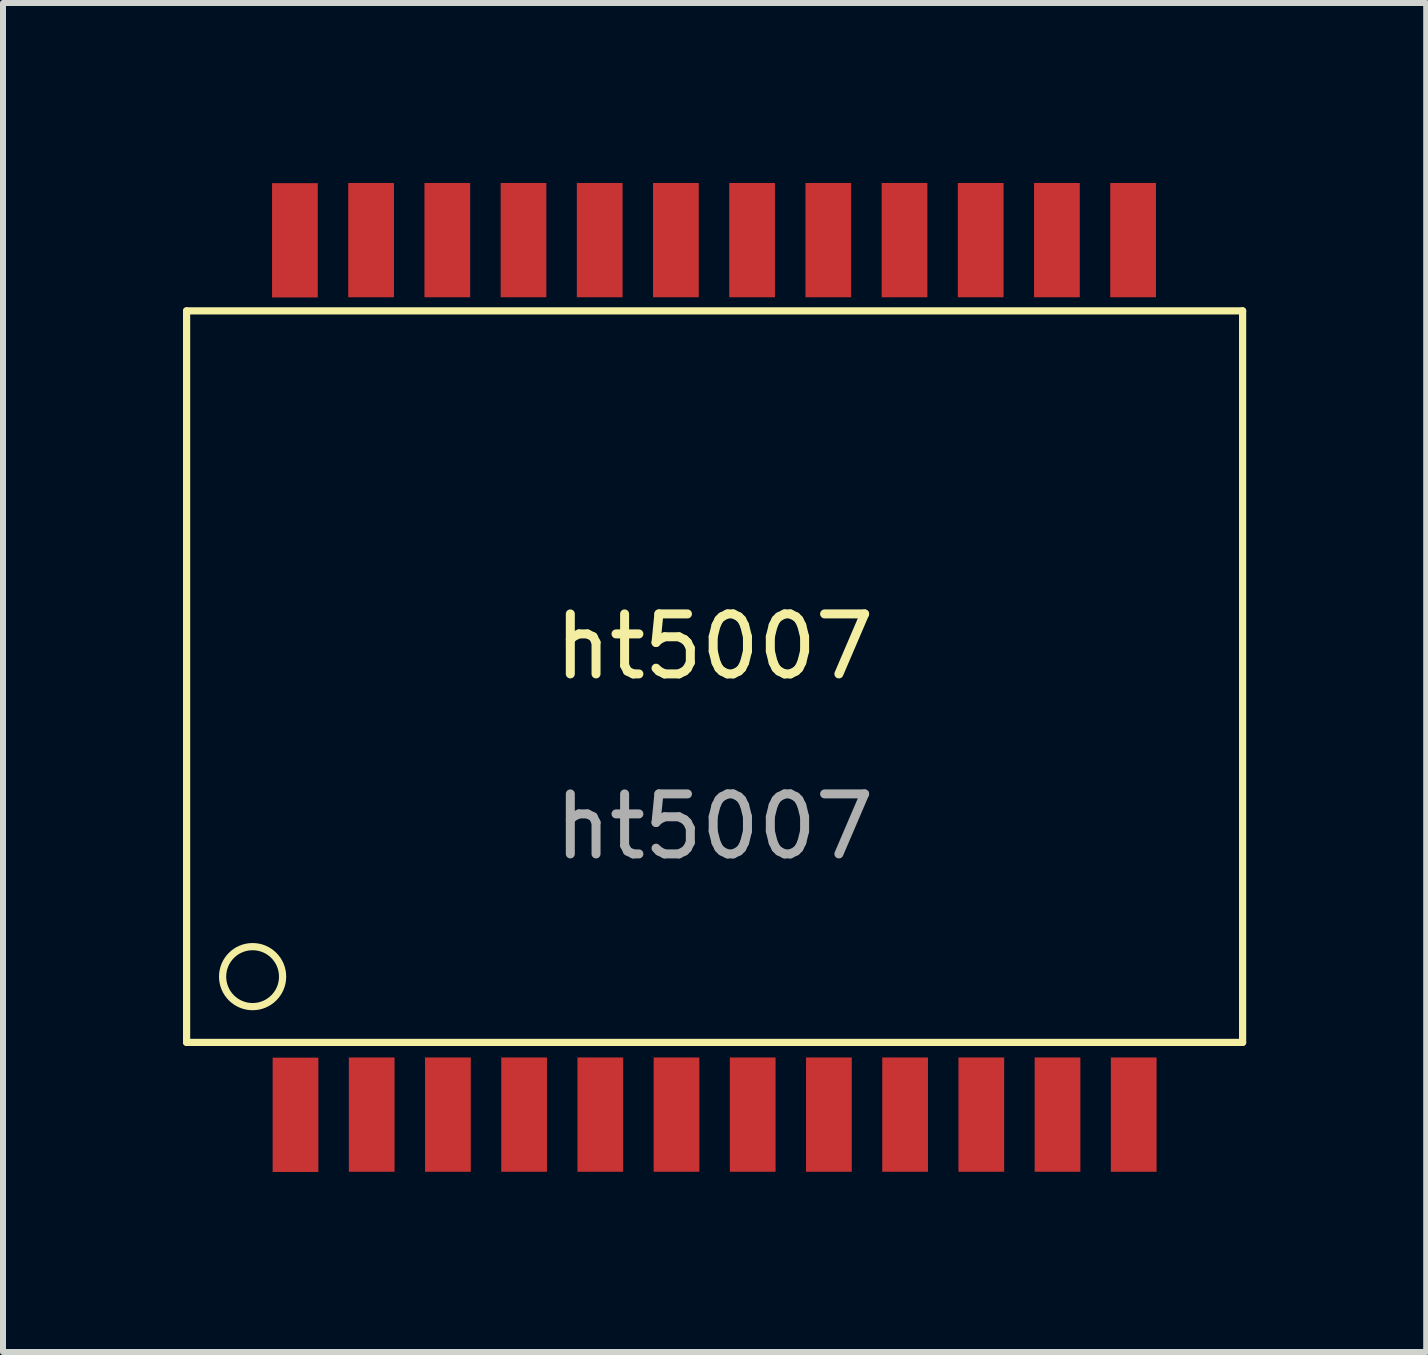
<source format=kicad_pcb>
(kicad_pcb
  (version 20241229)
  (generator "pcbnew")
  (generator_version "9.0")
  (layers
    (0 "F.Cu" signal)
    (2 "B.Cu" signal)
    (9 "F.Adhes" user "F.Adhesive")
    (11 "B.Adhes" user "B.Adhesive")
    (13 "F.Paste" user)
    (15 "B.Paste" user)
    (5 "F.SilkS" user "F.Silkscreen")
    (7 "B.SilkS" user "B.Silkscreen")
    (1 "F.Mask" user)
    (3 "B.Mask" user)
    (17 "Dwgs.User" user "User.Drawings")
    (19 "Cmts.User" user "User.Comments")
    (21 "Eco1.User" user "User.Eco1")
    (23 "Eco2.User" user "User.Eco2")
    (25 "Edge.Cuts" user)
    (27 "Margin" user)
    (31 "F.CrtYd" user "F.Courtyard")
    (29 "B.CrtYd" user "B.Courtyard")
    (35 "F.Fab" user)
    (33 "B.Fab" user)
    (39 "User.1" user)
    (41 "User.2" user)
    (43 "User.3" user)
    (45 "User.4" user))
  (footprint "ht5007"
    (layer "F.Cu")
    (at 8.86 8.227)
    (property "Reference" "ht5007" (at 0 -0.5 0) (unlocked yes) (layer "F.SilkS") (effects (font (size 1 1) (thickness 0.15))))
    (fp_line (start -8.8 -6.096) (end -8.8 6.096) (stroke (width 0.12) (type solid)) (layer "F.SilkS"))
    (fp_line (start -8.8 -6.096) (end 8.8 -6.096) (stroke (width 0.12) (type solid)) (layer "F.SilkS"))
    (fp_line (start -8.8 6.096) (end 8.8 6.096) (stroke (width 0.12) (type solid)) (layer "F.SilkS"))
    (fp_line (start 8.8 -6.096) (end 8.8 6.096) (stroke (width 0.12) (type solid)) (layer "F.SilkS"))
    (fp_circle (center -7.7 5) (end -7.3 5.3) (stroke (width 0.12) (type solid)) (fill no) (layer "F.SilkS"))
    (fp_text user "${REFERENCE}" (at 0 2.5 0) (unlocked yes) (layer "F.Fab") (effects (font (size 1 1) (thickness 0.15))))
    (pad "1" smd rect (at -6.985 7.303) (size 0.762 1.905) (layers "F.Cu" "F.Mask" "F.Paste"))
    (pad "2" smd rect (at -5.715 7.3) (size 0.762 1.905) (layers "F.Cu" "F.Mask" "F.Paste"))
    (pad "3" smd rect (at -4.445 7.3) (size 0.762 1.905) (layers "F.Cu" "F.Mask" "F.Paste"))
    (pad "4" smd rect (at -3.175 7.3) (size 0.762 1.905) (layers "F.Cu" "F.Mask" "F.Paste"))
    (pad "5" smd rect (at -1.905 7.3) (size 0.762 1.905) (layers "F.Cu" "F.Mask" "F.Paste"))
    (pad "6" smd rect (at -0.635 7.3) (size 0.762 1.905) (layers "F.Cu" "F.Mask" "F.Paste"))
    (pad "7" smd rect (at 0.635 7.3) (size 0.762 1.905) (layers "F.Cu" "F.Mask" "F.Paste"))
    (pad "8" smd rect (at 1.905 7.3) (size 0.762 1.905) (layers "F.Cu" "F.Mask" "F.Paste"))
    (pad "9" smd rect (at 3.175 7.3) (size 0.762 1.905) (layers "F.Cu" "F.Mask" "F.Paste"))
    (pad "10" smd rect (at 4.445 7.3) (size 0.762 1.905) (layers "F.Cu" "F.Mask" "F.Paste"))
    (pad "11" smd rect (at 5.715 7.3) (size 0.762 1.905) (layers "F.Cu" "F.Mask" "F.Paste"))
    (pad "12" smd rect (at 6.985 7.3) (size 0.762 1.905) (layers "F.Cu" "F.Mask" "F.Paste"))
    (pad "13" smd rect (at 6.975 -7.275) (size 0.762 1.905) (layers "F.Cu" "F.Mask" "F.Paste"))
    (pad "14" smd rect (at 5.705 -7.275) (size 0.762 1.905) (layers "F.Cu" "F.Mask" "F.Paste"))
    (pad "15" smd rect (at 4.435 -7.275) (size 0.762 1.905) (layers "F.Cu" "F.Mask" "F.Paste"))
    (pad "16" smd rect (at 3.165 -7.275) (size 0.762 1.905) (layers "F.Cu" "F.Mask" "F.Paste"))
    (pad "17" smd rect (at 1.895 -7.275) (size 0.762 1.905) (layers "F.Cu" "F.Mask" "F.Paste"))
    (pad "18" smd rect (at 0.625 -7.275) (size 0.762 1.905) (layers "F.Cu" "F.Mask" "F.Paste"))
    (pad "19" smd rect (at -0.645 -7.275) (size 0.762 1.905) (layers "F.Cu" "F.Mask" "F.Paste"))
    (pad "20" smd rect (at -1.915 -7.275) (size 0.762 1.905) (layers "F.Cu" "F.Mask" "F.Paste"))
    (pad "21" smd rect (at -3.185 -7.275) (size 0.762 1.905) (layers "F.Cu" "F.Mask" "F.Paste"))
    (pad "22" smd rect (at -4.455 -7.275) (size 0.762 1.905) (layers "F.Cu" "F.Mask" "F.Paste"))
    (pad "23" smd rect (at -6.995 -7.272) (size 0.762 1.905) (layers "F.Cu" "F.Mask" "F.Paste"))
    (pad "24" smd rect (at -5.725 -7.275) (size 0.762 1.905) (layers "F.Cu" "F.Mask" "F.Paste")))
  (gr_rect
    (start -3 -3)
    (end 20.72 19.483)
    (stroke (width 0.1) (type default))
    (fill no)
    (layer "Edge.Cuts")))
</source>
